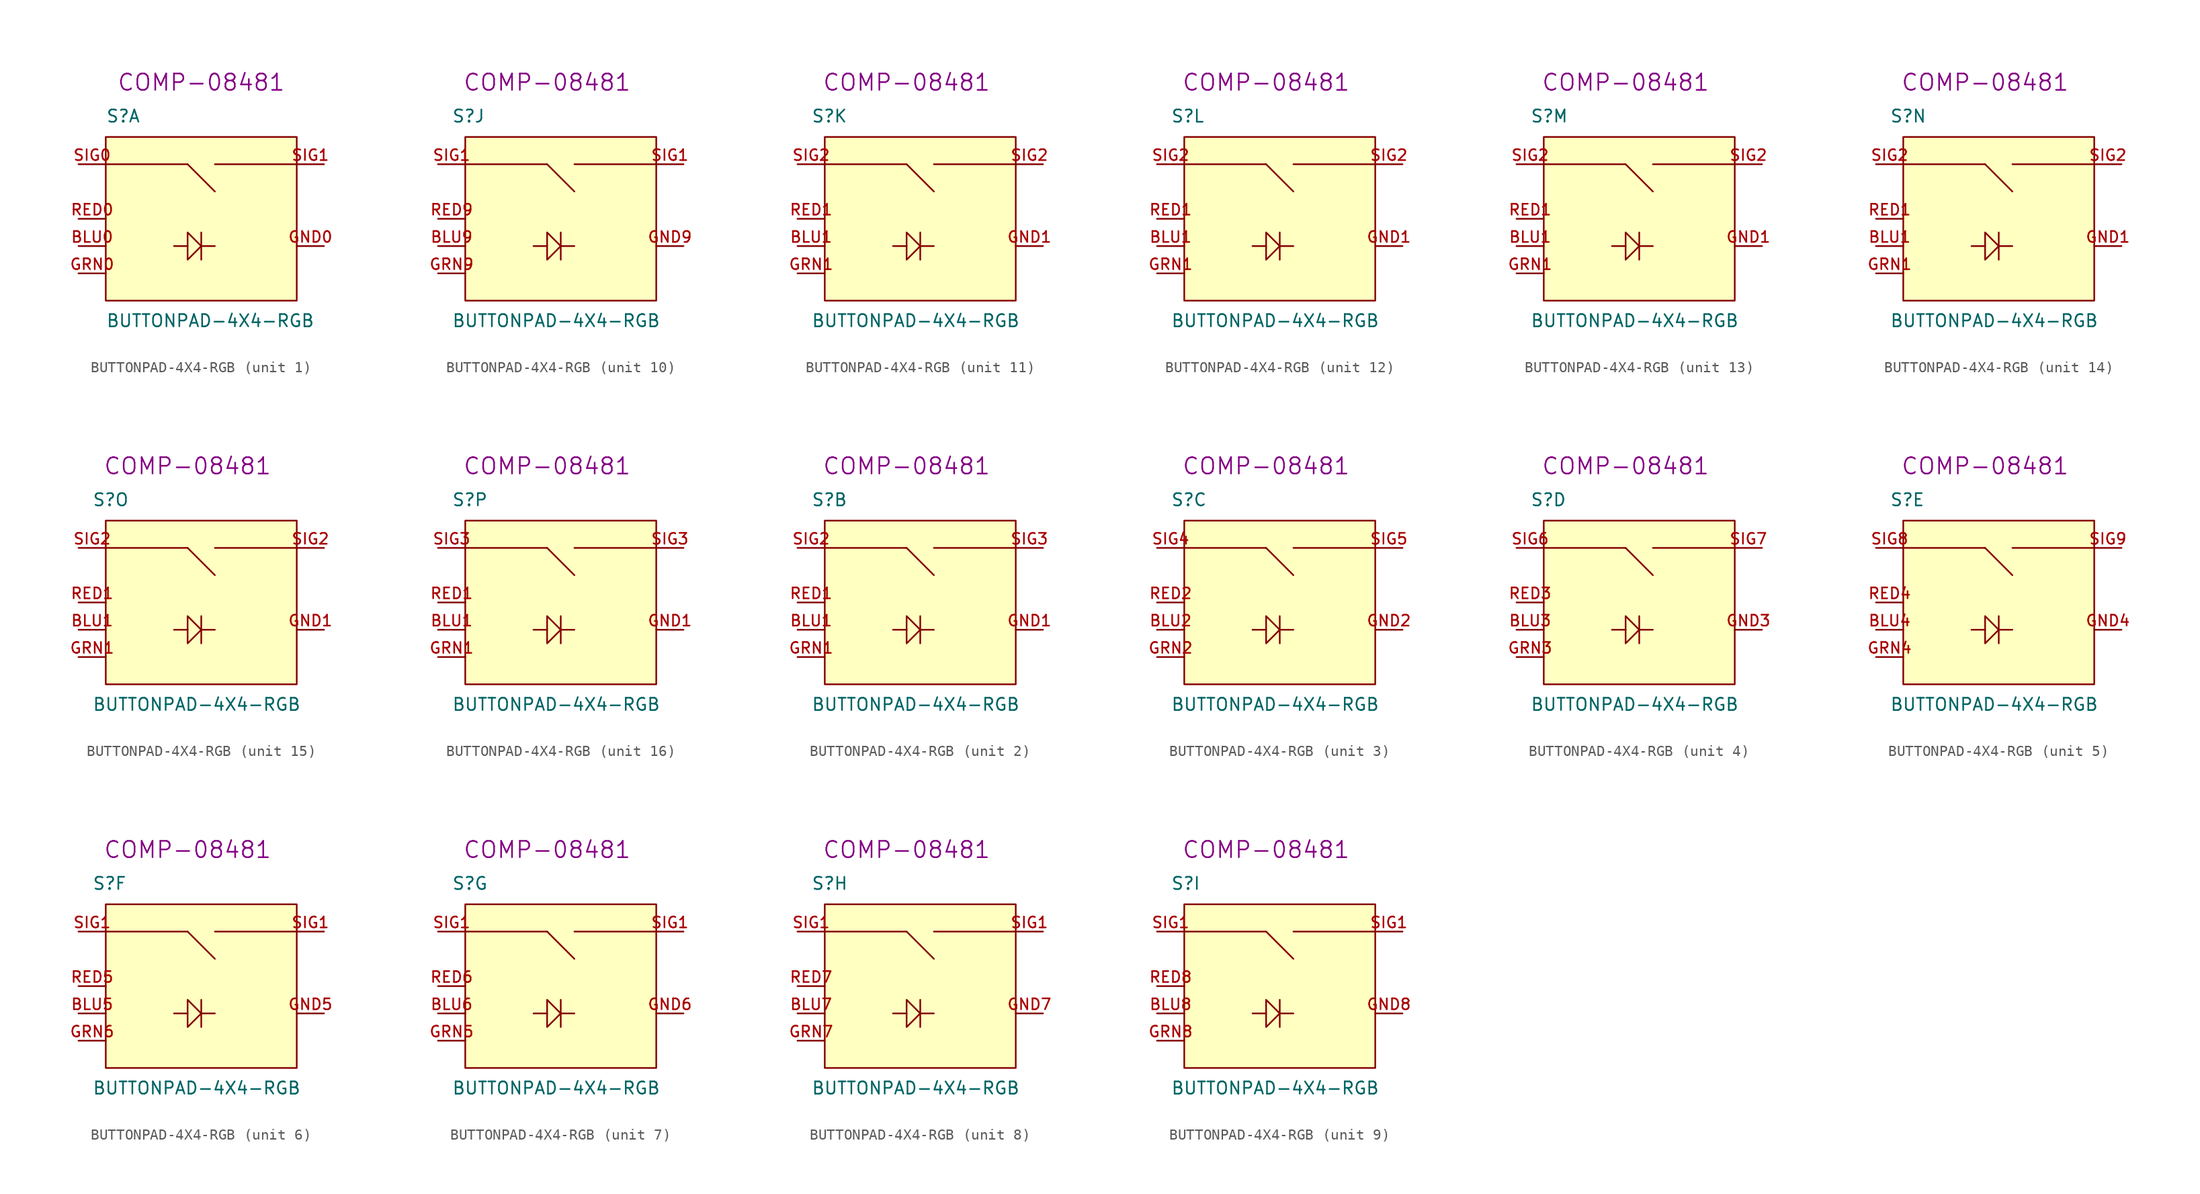
<source format=kicad_sym>
(kicad_symbol_lib
  (version 20220914)
  (generator kicad_symbol_editor)
  (symbol "BUTTONPAD-4X4-RGB"
    (pin_names
      (offset 1.016) hide)
    (property "Reference" "S"
      (at -8.89 8.89 0)
      (effects (font (size 1.143 1.143)) (justify left bottom)))
    (property "Value" "BUTTONPAD-4X4-RGB"
      (at -8.89 -10.16 0)
      (effects (font (size 1.143 1.143)) (justify left bottom)))
    (property "Field4" "COMP-08481"
      (at 0 12.7 0)
      (effects (font (size 1.524 1.524))))
    (property "ki_locked" ""
      (at 0 0 0)
      (effects (font (size 1.27 1.27))))
    (symbol "BUTTONPAD-4X4-RGB_1_0"
      (polyline (pts (xy -8.89 5.08) (xy -1.27 5.08)) (stroke (width 0) (type solid)) (fill (type none)))
      (polyline (pts (xy -1.27 -2.54) (xy -2.54 -2.54)) (stroke (width 0) (type solid)) (fill (type none)))
      (polyline (pts (xy -1.27 5.08) (xy 1.27 2.54)) (stroke (width 0) (type solid)) (fill (type none)))
      (polyline (pts (xy 0 -2.54) (xy 0 -3.81)) (stroke (width 0) (type solid)) (fill (type none)))
      (polyline (pts (xy 0 -2.54) (xy 1.27 -2.54)) (stroke (width 0) (type solid)) (fill (type none)))
      (polyline (pts (xy 0 -1.27) (xy 0 -2.54)) (stroke (width 0) (type solid)) (fill (type none)))
      (polyline (pts (xy 1.27 5.08) (xy 8.89 5.08)) (stroke (width 0) (type solid)) (fill (type none))))
    (symbol "BUTTONPAD-4X4-RGB_1_1"
      (polyline (pts (xy -1.27 -1.27) (xy -1.27 -2.54) (xy -1.27 -3.81) (xy 0 -2.54) (xy -1.27 -1.27)) (stroke (width 0) (type solid)) (fill (type background)))
      (polyline (pts (xy 8.89 7.62) (xy 8.89 5.08) (xy 8.89 -7.62) (xy -8.89 -7.62) (xy -8.89 5.08) (xy -8.89 7.62) (xy 8.89 7.62)) (stroke (width 0) (type solid)) (fill (type background)))
      (pin bidirectional line (at -11.43 -2.54 0) (length 2.54) (name "BLU" (effects (font (size 1.016 1.016)))) (number "BLU0" (effects (font (size 1.016 1.016)))))
      (pin bidirectional line (at 11.43 -2.54 180) (length 2.54) (name "GND" (effects (font (size 1.016 1.016)))) (number "GND0" (effects (font (size 1.016 1.016)))))
      (pin bidirectional line (at -11.43 -5.08 0) (length 2.54) (name "GRN" (effects (font (size 1.016 1.016)))) (number "GRN0" (effects (font (size 1.016 1.016)))))
      (pin bidirectional line (at -11.43 0 0) (length 2.54) (name "RED" (effects (font (size 1.016 1.016)))) (number "RED0" (effects (font (size 1.016 1.016)))))
      (pin bidirectional line (at -11.43 5.08 0) (length 2.54) (name "SIG1" (effects (font (size 1.016 1.016)))) (number "SIG0" (effects (font (size 1.016 1.016)))))
      (pin bidirectional line (at 11.43 5.08 180) (length 2.54) (name "SIG2" (effects (font (size 1.016 1.016)))) (number "SIG1" (effects (font (size 1.016 1.016))))))
    (symbol "BUTTONPAD-4X4-RGB_2_0"
      (polyline (pts (xy -7.62 5.08) (xy 0 5.08)) (stroke (width 0) (type solid)) (fill (type none)))
      (polyline (pts (xy 0 -2.54) (xy -1.27 -2.54)) (stroke (width 0) (type solid)) (fill (type none)))
      (polyline (pts (xy 0 5.08) (xy 2.54 2.54)) (stroke (width 0) (type solid)) (fill (type none)))
      (polyline (pts (xy 1.27 -2.54) (xy 1.27 -3.81)) (stroke (width 0) (type solid)) (fill (type none)))
      (polyline (pts (xy 1.27 -2.54) (xy 2.54 -2.54)) (stroke (width 0) (type solid)) (fill (type none)))
      (polyline (pts (xy 1.27 -1.27) (xy 1.27 -2.54)) (stroke (width 0) (type solid)) (fill (type none)))
      (polyline (pts (xy 2.54 5.08) (xy 10.16 5.08)) (stroke (width 0) (type solid)) (fill (type none))))
    (symbol "BUTTONPAD-4X4-RGB_2_1"
      (polyline (pts (xy 0 -1.27) (xy 0 -2.54) (xy 0 -3.81) (xy 1.27 -2.54) (xy 0 -1.27)) (stroke (width 0) (type solid)) (fill (type background)))
      (polyline (pts (xy 10.16 7.62) (xy 10.16 5.08) (xy 10.16 -7.62) (xy -7.62 -7.62) (xy -7.62 5.08) (xy -7.62 7.62) (xy 10.16 7.62)) (stroke (width 0) (type solid)) (fill (type background)))
      (pin bidirectional line (at -10.16 -2.54 0) (length 2.54) (name "BLU" (effects (font (size 1.016 1.016)))) (number "BLU1" (effects (font (size 1.016 1.016)))))
      (pin bidirectional line (at 12.7 -2.54 180) (length 2.54) (name "GND" (effects (font (size 1.016 1.016)))) (number "GND1" (effects (font (size 1.016 1.016)))))
      (pin bidirectional line (at -10.16 -5.08 0) (length 2.54) (name "GRN" (effects (font (size 1.016 1.016)))) (number "GRN1" (effects (font (size 1.016 1.016)))))
      (pin bidirectional line (at -10.16 0 0) (length 2.54) (name "RED" (effects (font (size 1.016 1.016)))) (number "RED1" (effects (font (size 1.016 1.016)))))
      (pin bidirectional line (at -10.16 5.08 0) (length 2.54) (name "SIG1" (effects (font (size 1.016 1.016)))) (number "SIG2" (effects (font (size 1.016 1.016)))))
      (pin bidirectional line (at 12.7 5.08 180) (length 2.54) (name "SIG2" (effects (font (size 1.016 1.016)))) (number "SIG3" (effects (font (size 1.016 1.016))))))
    (symbol "BUTTONPAD-4X4-RGB_3_0"
      (polyline (pts (xy -7.62 5.08) (xy 0 5.08)) (stroke (width 0) (type solid)) (fill (type none)))
      (polyline (pts (xy 0 -2.54) (xy -1.27 -2.54)) (stroke (width 0) (type solid)) (fill (type none)))
      (polyline (pts (xy 0 5.08) (xy 2.54 2.54)) (stroke (width 0) (type solid)) (fill (type none)))
      (polyline (pts (xy 1.27 -2.54) (xy 1.27 -3.81)) (stroke (width 0) (type solid)) (fill (type none)))
      (polyline (pts (xy 1.27 -2.54) (xy 2.54 -2.54)) (stroke (width 0) (type solid)) (fill (type none)))
      (polyline (pts (xy 1.27 -1.27) (xy 1.27 -2.54)) (stroke (width 0) (type solid)) (fill (type none)))
      (polyline (pts (xy 2.54 5.08) (xy 10.16 5.08)) (stroke (width 0) (type solid)) (fill (type none))))
    (symbol "BUTTONPAD-4X4-RGB_3_1"
      (polyline (pts (xy 0 -1.27) (xy 0 -2.54) (xy 0 -3.81) (xy 1.27 -2.54) (xy 0 -1.27)) (stroke (width 0) (type solid)) (fill (type background)))
      (polyline (pts (xy 10.16 7.62) (xy 10.16 5.08) (xy 10.16 -7.62) (xy -7.62 -7.62) (xy -7.62 5.08) (xy -7.62 7.62) (xy 10.16 7.62)) (stroke (width 0) (type solid)) (fill (type background)))
      (pin bidirectional line (at -10.16 -2.54 0) (length 2.54) (name "BLU" (effects (font (size 1.016 1.016)))) (number "BLU2" (effects (font (size 1.016 1.016)))))
      (pin bidirectional line (at 12.7 -2.54 180) (length 2.54) (name "GND" (effects (font (size 1.016 1.016)))) (number "GND2" (effects (font (size 1.016 1.016)))))
      (pin bidirectional line (at -10.16 -5.08 0) (length 2.54) (name "GRN" (effects (font (size 1.016 1.016)))) (number "GRN2" (effects (font (size 1.016 1.016)))))
      (pin bidirectional line (at -10.16 0 0) (length 2.54) (name "RED" (effects (font (size 1.016 1.016)))) (number "RED2" (effects (font (size 1.016 1.016)))))
      (pin bidirectional line (at -10.16 5.08 0) (length 2.54) (name "SIG1" (effects (font (size 1.016 1.016)))) (number "SIG4" (effects (font (size 1.016 1.016)))))
      (pin bidirectional line (at 12.7 5.08 180) (length 2.54) (name "SIG2" (effects (font (size 1.016 1.016)))) (number "SIG5" (effects (font (size 1.016 1.016))))))
    (symbol "BUTTONPAD-4X4-RGB_4_0"
      (polyline (pts (xy -7.62 5.08) (xy 0 5.08)) (stroke (width 0) (type solid)) (fill (type none)))
      (polyline (pts (xy 0 -2.54) (xy -1.27 -2.54)) (stroke (width 0) (type solid)) (fill (type none)))
      (polyline (pts (xy 0 5.08) (xy 2.54 2.54)) (stroke (width 0) (type solid)) (fill (type none)))
      (polyline (pts (xy 1.27 -2.54) (xy 1.27 -3.81)) (stroke (width 0) (type solid)) (fill (type none)))
      (polyline (pts (xy 1.27 -2.54) (xy 2.54 -2.54)) (stroke (width 0) (type solid)) (fill (type none)))
      (polyline (pts (xy 1.27 -1.27) (xy 1.27 -2.54)) (stroke (width 0) (type solid)) (fill (type none)))
      (polyline (pts (xy 2.54 5.08) (xy 10.16 5.08)) (stroke (width 0) (type solid)) (fill (type none))))
    (symbol "BUTTONPAD-4X4-RGB_4_1"
      (polyline (pts (xy 0 -1.27) (xy 0 -2.54) (xy 0 -3.81) (xy 1.27 -2.54) (xy 0 -1.27)) (stroke (width 0) (type solid)) (fill (type background)))
      (polyline (pts (xy 10.16 7.62) (xy 10.16 5.08) (xy 10.16 -7.62) (xy -7.62 -7.62) (xy -7.62 5.08) (xy -7.62 7.62) (xy 10.16 7.62)) (stroke (width 0) (type solid)) (fill (type background)))
      (pin bidirectional line (at -10.16 -2.54 0) (length 2.54) (name "BLU" (effects (font (size 1.016 1.016)))) (number "BLU3" (effects (font (size 1.016 1.016)))))
      (pin bidirectional line (at 12.7 -2.54 180) (length 2.54) (name "GND" (effects (font (size 1.016 1.016)))) (number "GND3" (effects (font (size 1.016 1.016)))))
      (pin bidirectional line (at -10.16 -5.08 0) (length 2.54) (name "GRN" (effects (font (size 1.016 1.016)))) (number "GRN3" (effects (font (size 1.016 1.016)))))
      (pin bidirectional line (at -10.16 0 0) (length 2.54) (name "RED" (effects (font (size 1.016 1.016)))) (number "RED3" (effects (font (size 1.016 1.016)))))
      (pin bidirectional line (at -10.16 5.08 0) (length 2.54) (name "SIG1" (effects (font (size 1.016 1.016)))) (number "SIG6" (effects (font (size 1.016 1.016)))))
      (pin bidirectional line (at 12.7 5.08 180) (length 2.54) (name "SIG2" (effects (font (size 1.016 1.016)))) (number "SIG7" (effects (font (size 1.016 1.016))))))
    (symbol "BUTTONPAD-4X4-RGB_5_0"
      (polyline (pts (xy -7.62 5.08) (xy 0 5.08)) (stroke (width 0) (type solid)) (fill (type none)))
      (polyline (pts (xy 0 -2.54) (xy -1.27 -2.54)) (stroke (width 0) (type solid)) (fill (type none)))
      (polyline (pts (xy 0 5.08) (xy 2.54 2.54)) (stroke (width 0) (type solid)) (fill (type none)))
      (polyline (pts (xy 1.27 -2.54) (xy 1.27 -3.81)) (stroke (width 0) (type solid)) (fill (type none)))
      (polyline (pts (xy 1.27 -2.54) (xy 2.54 -2.54)) (stroke (width 0) (type solid)) (fill (type none)))
      (polyline (pts (xy 1.27 -1.27) (xy 1.27 -2.54)) (stroke (width 0) (type solid)) (fill (type none)))
      (polyline (pts (xy 2.54 5.08) (xy 10.16 5.08)) (stroke (width 0) (type solid)) (fill (type none))))
    (symbol "BUTTONPAD-4X4-RGB_5_1"
      (polyline (pts (xy 0 -1.27) (xy 0 -2.54) (xy 0 -3.81) (xy 1.27 -2.54) (xy 0 -1.27)) (stroke (width 0) (type solid)) (fill (type background)))
      (polyline (pts (xy 10.16 7.62) (xy 10.16 5.08) (xy 10.16 -7.62) (xy -7.62 -7.62) (xy -7.62 5.08) (xy -7.62 7.62) (xy 10.16 7.62)) (stroke (width 0) (type solid)) (fill (type background)))
      (pin bidirectional line (at -10.16 -2.54 0) (length 2.54) (name "BLU" (effects (font (size 1.016 1.016)))) (number "BLU4" (effects (font (size 1.016 1.016)))))
      (pin bidirectional line (at 12.7 -2.54 180) (length 2.54) (name "GND" (effects (font (size 1.016 1.016)))) (number "GND4" (effects (font (size 1.016 1.016)))))
      (pin bidirectional line (at -10.16 -5.08 0) (length 2.54) (name "GRN" (effects (font (size 1.016 1.016)))) (number "GRN4" (effects (font (size 1.016 1.016)))))
      (pin bidirectional line (at -10.16 0 0) (length 2.54) (name "RED" (effects (font (size 1.016 1.016)))) (number "RED4" (effects (font (size 1.016 1.016)))))
      (pin bidirectional line (at -10.16 5.08 0) (length 2.54) (name "SIG1" (effects (font (size 1.016 1.016)))) (number "SIG8" (effects (font (size 1.016 1.016)))))
      (pin bidirectional line (at 12.7 5.08 180) (length 2.54) (name "SIG2" (effects (font (size 1.016 1.016)))) (number "SIG9" (effects (font (size 1.016 1.016))))))
    (symbol "BUTTONPAD-4X4-RGB_6_0"
      (polyline (pts (xy -7.62 5.08) (xy 0 5.08)) (stroke (width 0) (type solid)) (fill (type none)))
      (polyline (pts (xy 0 -2.54) (xy -1.27 -2.54)) (stroke (width 0) (type solid)) (fill (type none)))
      (polyline (pts (xy 0 5.08) (xy 2.54 2.54)) (stroke (width 0) (type solid)) (fill (type none)))
      (polyline (pts (xy 1.27 -2.54) (xy 1.27 -3.81)) (stroke (width 0) (type solid)) (fill (type none)))
      (polyline (pts (xy 1.27 -2.54) (xy 2.54 -2.54)) (stroke (width 0) (type solid)) (fill (type none)))
      (polyline (pts (xy 1.27 -1.27) (xy 1.27 -2.54)) (stroke (width 0) (type solid)) (fill (type none)))
      (polyline (pts (xy 2.54 5.08) (xy 10.16 5.08)) (stroke (width 0) (type solid)) (fill (type none))))
    (symbol "BUTTONPAD-4X4-RGB_6_1"
      (polyline (pts (xy 0 -1.27) (xy 0 -2.54) (xy 0 -3.81) (xy 1.27 -2.54) (xy 0 -1.27)) (stroke (width 0) (type solid)) (fill (type background)))
      (polyline (pts (xy 10.16 7.62) (xy 10.16 5.08) (xy 10.16 -7.62) (xy -7.62 -7.62) (xy -7.62 5.08) (xy -7.62 7.62) (xy 10.16 7.62)) (stroke (width 0) (type solid)) (fill (type background)))
      (pin bidirectional line (at -10.16 -2.54 0) (length 2.54) (name "BLU" (effects (font (size 1.016 1.016)))) (number "BLU5" (effects (font (size 1.016 1.016)))))
      (pin bidirectional line (at 12.7 -2.54 180) (length 2.54) (name "GND" (effects (font (size 1.016 1.016)))) (number "GND5" (effects (font (size 1.016 1.016)))))
      (pin bidirectional line (at -10.16 -5.08 0) (length 2.54) (name "GRN" (effects (font (size 1.016 1.016)))) (number "GRN6" (effects (font (size 1.016 1.016)))))
      (pin bidirectional line (at -10.16 0 0) (length 2.54) (name "RED" (effects (font (size 1.016 1.016)))) (number "RED5" (effects (font (size 1.016 1.016)))))
      (pin bidirectional line (at -10.16 5.08 0) (length 2.54) (name "SIG1" (effects (font (size 1.016 1.016)))) (number "SIG1" (effects (font (size 1.016 1.016)))))
      (pin bidirectional line (at 12.7 5.08 180) (length 2.54) (name "SIG2" (effects (font (size 1.016 1.016)))) (number "SIG1" (effects (font (size 1.016 1.016))))))
    (symbol "BUTTONPAD-4X4-RGB_7_0"
      (polyline (pts (xy -7.62 5.08) (xy 0 5.08)) (stroke (width 0) (type solid)) (fill (type none)))
      (polyline (pts (xy 0 -2.54) (xy -1.27 -2.54)) (stroke (width 0) (type solid)) (fill (type none)))
      (polyline (pts (xy 0 5.08) (xy 2.54 2.54)) (stroke (width 0) (type solid)) (fill (type none)))
      (polyline (pts (xy 1.27 -2.54) (xy 1.27 -3.81)) (stroke (width 0) (type solid)) (fill (type none)))
      (polyline (pts (xy 1.27 -2.54) (xy 2.54 -2.54)) (stroke (width 0) (type solid)) (fill (type none)))
      (polyline (pts (xy 1.27 -1.27) (xy 1.27 -2.54)) (stroke (width 0) (type solid)) (fill (type none)))
      (polyline (pts (xy 2.54 5.08) (xy 10.16 5.08)) (stroke (width 0) (type solid)) (fill (type none))))
    (symbol "BUTTONPAD-4X4-RGB_7_1"
      (polyline (pts (xy 0 -1.27) (xy 0 -2.54) (xy 0 -3.81) (xy 1.27 -2.54) (xy 0 -1.27)) (stroke (width 0) (type solid)) (fill (type background)))
      (polyline (pts (xy 10.16 7.62) (xy 10.16 5.08) (xy 10.16 -7.62) (xy -7.62 -7.62) (xy -7.62 5.08) (xy -7.62 7.62) (xy 10.16 7.62)) (stroke (width 0) (type solid)) (fill (type background)))
      (pin bidirectional line (at -10.16 -2.54 0) (length 2.54) (name "BLU" (effects (font (size 1.016 1.016)))) (number "BLU6" (effects (font (size 1.016 1.016)))))
      (pin bidirectional line (at 12.7 -2.54 180) (length 2.54) (name "GND" (effects (font (size 1.016 1.016)))) (number "GND6" (effects (font (size 1.016 1.016)))))
      (pin bidirectional line (at -10.16 -5.08 0) (length 2.54) (name "GRN" (effects (font (size 1.016 1.016)))) (number "GRN5" (effects (font (size 1.016 1.016)))))
      (pin bidirectional line (at -10.16 0 0) (length 2.54) (name "RED" (effects (font (size 1.016 1.016)))) (number "RED6" (effects (font (size 1.016 1.016)))))
      (pin bidirectional line (at -10.16 5.08 0) (length 2.54) (name "SIG1" (effects (font (size 1.016 1.016)))) (number "SIG1" (effects (font (size 1.016 1.016)))))
      (pin bidirectional line (at 12.7 5.08 180) (length 2.54) (name "SIG2" (effects (font (size 1.016 1.016)))) (number "SIG1" (effects (font (size 1.016 1.016))))))
    (symbol "BUTTONPAD-4X4-RGB_8_0"
      (polyline (pts (xy -7.62 5.08) (xy 0 5.08)) (stroke (width 0) (type solid)) (fill (type none)))
      (polyline (pts (xy 0 -2.54) (xy -1.27 -2.54)) (stroke (width 0) (type solid)) (fill (type none)))
      (polyline (pts (xy 0 5.08) (xy 2.54 2.54)) (stroke (width 0) (type solid)) (fill (type none)))
      (polyline (pts (xy 1.27 -2.54) (xy 1.27 -3.81)) (stroke (width 0) (type solid)) (fill (type none)))
      (polyline (pts (xy 1.27 -2.54) (xy 2.54 -2.54)) (stroke (width 0) (type solid)) (fill (type none)))
      (polyline (pts (xy 1.27 -1.27) (xy 1.27 -2.54)) (stroke (width 0) (type solid)) (fill (type none)))
      (polyline (pts (xy 2.54 5.08) (xy 10.16 5.08)) (stroke (width 0) (type solid)) (fill (type none))))
    (symbol "BUTTONPAD-4X4-RGB_8_1"
      (polyline (pts (xy 0 -1.27) (xy 0 -2.54) (xy 0 -3.81) (xy 1.27 -2.54) (xy 0 -1.27)) (stroke (width 0) (type solid)) (fill (type background)))
      (polyline (pts (xy 10.16 7.62) (xy 10.16 5.08) (xy 10.16 -7.62) (xy -7.62 -7.62) (xy -7.62 5.08) (xy -7.62 7.62) (xy 10.16 7.62)) (stroke (width 0) (type solid)) (fill (type background)))
      (pin bidirectional line (at -10.16 -2.54 0) (length 2.54) (name "BLU" (effects (font (size 1.016 1.016)))) (number "BLU7" (effects (font (size 1.016 1.016)))))
      (pin bidirectional line (at 12.7 -2.54 180) (length 2.54) (name "GND" (effects (font (size 1.016 1.016)))) (number "GND7" (effects (font (size 1.016 1.016)))))
      (pin bidirectional line (at -10.16 -5.08 0) (length 2.54) (name "GRN" (effects (font (size 1.016 1.016)))) (number "GRN7" (effects (font (size 1.016 1.016)))))
      (pin bidirectional line (at -10.16 0 0) (length 2.54) (name "RED" (effects (font (size 1.016 1.016)))) (number "RED7" (effects (font (size 1.016 1.016)))))
      (pin bidirectional line (at -10.16 5.08 0) (length 2.54) (name "SIG1" (effects (font (size 1.016 1.016)))) (number "SIG1" (effects (font (size 1.016 1.016)))))
      (pin bidirectional line (at 12.7 5.08 180) (length 2.54) (name "SIG2" (effects (font (size 1.016 1.016)))) (number "SIG1" (effects (font (size 1.016 1.016))))))
    (symbol "BUTTONPAD-4X4-RGB_9_0"
      (polyline (pts (xy -7.62 5.08) (xy 0 5.08)) (stroke (width 0) (type solid)) (fill (type none)))
      (polyline (pts (xy 0 -2.54) (xy -1.27 -2.54)) (stroke (width 0) (type solid)) (fill (type none)))
      (polyline (pts (xy 0 5.08) (xy 2.54 2.54)) (stroke (width 0) (type solid)) (fill (type none)))
      (polyline (pts (xy 1.27 -2.54) (xy 1.27 -3.81)) (stroke (width 0) (type solid)) (fill (type none)))
      (polyline (pts (xy 1.27 -2.54) (xy 2.54 -2.54)) (stroke (width 0) (type solid)) (fill (type none)))
      (polyline (pts (xy 1.27 -1.27) (xy 1.27 -2.54)) (stroke (width 0) (type solid)) (fill (type none)))
      (polyline (pts (xy 2.54 5.08) (xy 10.16 5.08)) (stroke (width 0) (type solid)) (fill (type none))))
    (symbol "BUTTONPAD-4X4-RGB_9_1"
      (polyline (pts (xy 0 -1.27) (xy 0 -2.54) (xy 0 -3.81) (xy 1.27 -2.54) (xy 0 -1.27)) (stroke (width 0) (type solid)) (fill (type background)))
      (polyline (pts (xy 10.16 7.62) (xy 10.16 5.08) (xy 10.16 -7.62) (xy -7.62 -7.62) (xy -7.62 5.08) (xy -7.62 7.62) (xy 10.16 7.62)) (stroke (width 0) (type solid)) (fill (type background)))
      (pin bidirectional line (at -10.16 -2.54 0) (length 2.54) (name "BLU" (effects (font (size 1.016 1.016)))) (number "BLU8" (effects (font (size 1.016 1.016)))))
      (pin bidirectional line (at 12.7 -2.54 180) (length 2.54) (name "GND" (effects (font (size 1.016 1.016)))) (number "GND8" (effects (font (size 1.016 1.016)))))
      (pin bidirectional line (at -10.16 -5.08 0) (length 2.54) (name "GRN" (effects (font (size 1.016 1.016)))) (number "GRN8" (effects (font (size 1.016 1.016)))))
      (pin bidirectional line (at -10.16 0 0) (length 2.54) (name "RED" (effects (font (size 1.016 1.016)))) (number "RED8" (effects (font (size 1.016 1.016)))))
      (pin bidirectional line (at -10.16 5.08 0) (length 2.54) (name "SIG1" (effects (font (size 1.016 1.016)))) (number "SIG1" (effects (font (size 1.016 1.016)))))
      (pin bidirectional line (at 12.7 5.08 180) (length 2.54) (name "SIG2" (effects (font (size 1.016 1.016)))) (number "SIG1" (effects (font (size 1.016 1.016))))))
    (symbol "BUTTONPAD-4X4-RGB_10_0"
      (polyline (pts (xy -7.62 5.08) (xy 0 5.08)) (stroke (width 0) (type solid)) (fill (type none)))
      (polyline (pts (xy 0 -2.54) (xy -1.27 -2.54)) (stroke (width 0) (type solid)) (fill (type none)))
      (polyline (pts (xy 0 5.08) (xy 2.54 2.54)) (stroke (width 0) (type solid)) (fill (type none)))
      (polyline (pts (xy 1.27 -2.54) (xy 1.27 -3.81)) (stroke (width 0) (type solid)) (fill (type none)))
      (polyline (pts (xy 1.27 -2.54) (xy 2.54 -2.54)) (stroke (width 0) (type solid)) (fill (type none)))
      (polyline (pts (xy 1.27 -1.27) (xy 1.27 -2.54)) (stroke (width 0) (type solid)) (fill (type none)))
      (polyline (pts (xy 2.54 5.08) (xy 10.16 5.08)) (stroke (width 0) (type solid)) (fill (type none))))
    (symbol "BUTTONPAD-4X4-RGB_10_1"
      (polyline (pts (xy 0 -1.27) (xy 0 -2.54) (xy 0 -3.81) (xy 1.27 -2.54) (xy 0 -1.27)) (stroke (width 0) (type solid)) (fill (type background)))
      (polyline (pts (xy 10.16 7.62) (xy 10.16 5.08) (xy 10.16 -7.62) (xy -7.62 -7.62) (xy -7.62 5.08) (xy -7.62 7.62) (xy 10.16 7.62)) (stroke (width 0) (type solid)) (fill (type background)))
      (pin bidirectional line (at -10.16 -2.54 0) (length 2.54) (name "BLU" (effects (font (size 1.016 1.016)))) (number "BLU9" (effects (font (size 1.016 1.016)))))
      (pin bidirectional line (at 12.7 -2.54 180) (length 2.54) (name "GND" (effects (font (size 1.016 1.016)))) (number "GND9" (effects (font (size 1.016 1.016)))))
      (pin bidirectional line (at -10.16 -5.08 0) (length 2.54) (name "GRN" (effects (font (size 1.016 1.016)))) (number "GRN9" (effects (font (size 1.016 1.016)))))
      (pin bidirectional line (at -10.16 0 0) (length 2.54) (name "RED" (effects (font (size 1.016 1.016)))) (number "RED9" (effects (font (size 1.016 1.016)))))
      (pin bidirectional line (at -10.16 5.08 0) (length 2.54) (name "SIG1" (effects (font (size 1.016 1.016)))) (number "SIG1" (effects (font (size 1.016 1.016)))))
      (pin bidirectional line (at 12.7 5.08 180) (length 2.54) (name "SIG2" (effects (font (size 1.016 1.016)))) (number "SIG1" (effects (font (size 1.016 1.016))))))
    (symbol "BUTTONPAD-4X4-RGB_11_0"
      (polyline (pts (xy -7.62 5.08) (xy 0 5.08)) (stroke (width 0) (type solid)) (fill (type none)))
      (polyline (pts (xy 0 -2.54) (xy -1.27 -2.54)) (stroke (width 0) (type solid)) (fill (type none)))
      (polyline (pts (xy 0 5.08) (xy 2.54 2.54)) (stroke (width 0) (type solid)) (fill (type none)))
      (polyline (pts (xy 1.27 -2.54) (xy 1.27 -3.81)) (stroke (width 0) (type solid)) (fill (type none)))
      (polyline (pts (xy 1.27 -2.54) (xy 2.54 -2.54)) (stroke (width 0) (type solid)) (fill (type none)))
      (polyline (pts (xy 1.27 -1.27) (xy 1.27 -2.54)) (stroke (width 0) (type solid)) (fill (type none)))
      (polyline (pts (xy 2.54 5.08) (xy 10.16 5.08)) (stroke (width 0) (type solid)) (fill (type none))))
    (symbol "BUTTONPAD-4X4-RGB_11_1"
      (polyline (pts (xy 0 -1.27) (xy 0 -2.54) (xy 0 -3.81) (xy 1.27 -2.54) (xy 0 -1.27)) (stroke (width 0) (type solid)) (fill (type background)))
      (polyline (pts (xy 10.16 7.62) (xy 10.16 5.08) (xy 10.16 -7.62) (xy -7.62 -7.62) (xy -7.62 5.08) (xy -7.62 7.62) (xy 10.16 7.62)) (stroke (width 0) (type solid)) (fill (type background)))
      (pin bidirectional line (at -10.16 -2.54 0) (length 2.54) (name "BLU" (effects (font (size 1.016 1.016)))) (number "BLU1" (effects (font (size 1.016 1.016)))))
      (pin bidirectional line (at 12.7 -2.54 180) (length 2.54) (name "GND" (effects (font (size 1.016 1.016)))) (number "GND1" (effects (font (size 1.016 1.016)))))
      (pin bidirectional line (at -10.16 -5.08 0) (length 2.54) (name "GRN" (effects (font (size 1.016 1.016)))) (number "GRN1" (effects (font (size 1.016 1.016)))))
      (pin bidirectional line (at -10.16 0 0) (length 2.54) (name "RED" (effects (font (size 1.016 1.016)))) (number "RED1" (effects (font (size 1.016 1.016)))))
      (pin bidirectional line (at -10.16 5.08 0) (length 2.54) (name "SIG1" (effects (font (size 1.016 1.016)))) (number "SIG2" (effects (font (size 1.016 1.016)))))
      (pin bidirectional line (at 12.7 5.08 180) (length 2.54) (name "SIG2" (effects (font (size 1.016 1.016)))) (number "SIG2" (effects (font (size 1.016 1.016))))))
    (symbol "BUTTONPAD-4X4-RGB_12_0"
      (polyline (pts (xy -7.62 5.08) (xy 0 5.08)) (stroke (width 0) (type solid)) (fill (type none)))
      (polyline (pts (xy 0 -2.54) (xy -1.27 -2.54)) (stroke (width 0) (type solid)) (fill (type none)))
      (polyline (pts (xy 0 5.08) (xy 2.54 2.54)) (stroke (width 0) (type solid)) (fill (type none)))
      (polyline (pts (xy 1.27 -2.54) (xy 1.27 -3.81)) (stroke (width 0) (type solid)) (fill (type none)))
      (polyline (pts (xy 1.27 -2.54) (xy 2.54 -2.54)) (stroke (width 0) (type solid)) (fill (type none)))
      (polyline (pts (xy 1.27 -1.27) (xy 1.27 -2.54)) (stroke (width 0) (type solid)) (fill (type none)))
      (polyline (pts (xy 2.54 5.08) (xy 10.16 5.08)) (stroke (width 0) (type solid)) (fill (type none))))
    (symbol "BUTTONPAD-4X4-RGB_12_1"
      (polyline (pts (xy 0 -1.27) (xy 0 -2.54) (xy 0 -3.81) (xy 1.27 -2.54) (xy 0 -1.27)) (stroke (width 0) (type solid)) (fill (type background)))
      (polyline (pts (xy 10.16 7.62) (xy 10.16 5.08) (xy 10.16 -7.62) (xy -7.62 -7.62) (xy -7.62 5.08) (xy -7.62 7.62) (xy 10.16 7.62)) (stroke (width 0) (type solid)) (fill (type background)))
      (pin bidirectional line (at -10.16 -2.54 0) (length 2.54) (name "BLU" (effects (font (size 1.016 1.016)))) (number "BLU1" (effects (font (size 1.016 1.016)))))
      (pin bidirectional line (at 12.7 -2.54 180) (length 2.54) (name "GND" (effects (font (size 1.016 1.016)))) (number "GND1" (effects (font (size 1.016 1.016)))))
      (pin bidirectional line (at -10.16 -5.08 0) (length 2.54) (name "GRN" (effects (font (size 1.016 1.016)))) (number "GRN1" (effects (font (size 1.016 1.016)))))
      (pin bidirectional line (at -10.16 0 0) (length 2.54) (name "RED" (effects (font (size 1.016 1.016)))) (number "RED1" (effects (font (size 1.016 1.016)))))
      (pin bidirectional line (at -10.16 5.08 0) (length 2.54) (name "SIG1" (effects (font (size 1.016 1.016)))) (number "SIG2" (effects (font (size 1.016 1.016)))))
      (pin bidirectional line (at 12.7 5.08 180) (length 2.54) (name "SIG2" (effects (font (size 1.016 1.016)))) (number "SIG2" (effects (font (size 1.016 1.016))))))
    (symbol "BUTTONPAD-4X4-RGB_13_0"
      (polyline (pts (xy -7.62 5.08) (xy 0 5.08)) (stroke (width 0) (type solid)) (fill (type none)))
      (polyline (pts (xy 0 -2.54) (xy -1.27 -2.54)) (stroke (width 0) (type solid)) (fill (type none)))
      (polyline (pts (xy 0 5.08) (xy 2.54 2.54)) (stroke (width 0) (type solid)) (fill (type none)))
      (polyline (pts (xy 1.27 -2.54) (xy 1.27 -3.81)) (stroke (width 0) (type solid)) (fill (type none)))
      (polyline (pts (xy 1.27 -2.54) (xy 2.54 -2.54)) (stroke (width 0) (type solid)) (fill (type none)))
      (polyline (pts (xy 1.27 -1.27) (xy 1.27 -2.54)) (stroke (width 0) (type solid)) (fill (type none)))
      (polyline (pts (xy 2.54 5.08) (xy 10.16 5.08)) (stroke (width 0) (type solid)) (fill (type none))))
    (symbol "BUTTONPAD-4X4-RGB_13_1"
      (polyline (pts (xy 0 -1.27) (xy 0 -2.54) (xy 0 -3.81) (xy 1.27 -2.54) (xy 0 -1.27)) (stroke (width 0) (type solid)) (fill (type background)))
      (polyline (pts (xy 10.16 7.62) (xy 10.16 5.08) (xy 10.16 -7.62) (xy -7.62 -7.62) (xy -7.62 5.08) (xy -7.62 7.62) (xy 10.16 7.62)) (stroke (width 0) (type solid)) (fill (type background)))
      (pin bidirectional line (at -10.16 -2.54 0) (length 2.54) (name "BLU" (effects (font (size 1.016 1.016)))) (number "BLU1" (effects (font (size 1.016 1.016)))))
      (pin bidirectional line (at 12.7 -2.54 180) (length 2.54) (name "GND" (effects (font (size 1.016 1.016)))) (number "GND1" (effects (font (size 1.016 1.016)))))
      (pin bidirectional line (at -10.16 -5.08 0) (length 2.54) (name "GRN" (effects (font (size 1.016 1.016)))) (number "GRN1" (effects (font (size 1.016 1.016)))))
      (pin bidirectional line (at -10.16 0 0) (length 2.54) (name "RED" (effects (font (size 1.016 1.016)))) (number "RED1" (effects (font (size 1.016 1.016)))))
      (pin bidirectional line (at -10.16 5.08 0) (length 2.54) (name "SIG1" (effects (font (size 1.016 1.016)))) (number "SIG2" (effects (font (size 1.016 1.016)))))
      (pin bidirectional line (at 12.7 5.08 180) (length 2.54) (name "SIG2" (effects (font (size 1.016 1.016)))) (number "SIG2" (effects (font (size 1.016 1.016))))))
    (symbol "BUTTONPAD-4X4-RGB_14_0"
      (polyline (pts (xy -7.62 5.08) (xy 0 5.08)) (stroke (width 0) (type solid)) (fill (type none)))
      (polyline (pts (xy 0 -2.54) (xy -1.27 -2.54)) (stroke (width 0) (type solid)) (fill (type none)))
      (polyline (pts (xy 0 5.08) (xy 2.54 2.54)) (stroke (width 0) (type solid)) (fill (type none)))
      (polyline (pts (xy 1.27 -2.54) (xy 1.27 -3.81)) (stroke (width 0) (type solid)) (fill (type none)))
      (polyline (pts (xy 1.27 -2.54) (xy 2.54 -2.54)) (stroke (width 0) (type solid)) (fill (type none)))
      (polyline (pts (xy 1.27 -1.27) (xy 1.27 -2.54)) (stroke (width 0) (type solid)) (fill (type none)))
      (polyline (pts (xy 2.54 5.08) (xy 10.16 5.08)) (stroke (width 0) (type solid)) (fill (type none))))
    (symbol "BUTTONPAD-4X4-RGB_14_1"
      (polyline (pts (xy 0 -1.27) (xy 0 -2.54) (xy 0 -3.81) (xy 1.27 -2.54) (xy 0 -1.27)) (stroke (width 0) (type solid)) (fill (type background)))
      (polyline (pts (xy 10.16 7.62) (xy 10.16 5.08) (xy 10.16 -7.62) (xy -7.62 -7.62) (xy -7.62 5.08) (xy -7.62 7.62) (xy 10.16 7.62)) (stroke (width 0) (type solid)) (fill (type background)))
      (pin bidirectional line (at -10.16 -2.54 0) (length 2.54) (name "BLU" (effects (font (size 1.016 1.016)))) (number "BLU1" (effects (font (size 1.016 1.016)))))
      (pin bidirectional line (at 12.7 -2.54 180) (length 2.54) (name "GND" (effects (font (size 1.016 1.016)))) (number "GND1" (effects (font (size 1.016 1.016)))))
      (pin bidirectional line (at -10.16 -5.08 0) (length 2.54) (name "GRN" (effects (font (size 1.016 1.016)))) (number "GRN1" (effects (font (size 1.016 1.016)))))
      (pin bidirectional line (at -10.16 0 0) (length 2.54) (name "RED" (effects (font (size 1.016 1.016)))) (number "RED1" (effects (font (size 1.016 1.016)))))
      (pin bidirectional line (at -10.16 5.08 0) (length 2.54) (name "SIG1" (effects (font (size 1.016 1.016)))) (number "SIG2" (effects (font (size 1.016 1.016)))))
      (pin bidirectional line (at 12.7 5.08 180) (length 2.54) (name "SIG2" (effects (font (size 1.016 1.016)))) (number "SIG2" (effects (font (size 1.016 1.016))))))
    (symbol "BUTTONPAD-4X4-RGB_15_0"
      (polyline (pts (xy -7.62 5.08) (xy 0 5.08)) (stroke (width 0) (type solid)) (fill (type none)))
      (polyline (pts (xy 0 -2.54) (xy -1.27 -2.54)) (stroke (width 0) (type solid)) (fill (type none)))
      (polyline (pts (xy 0 5.08) (xy 2.54 2.54)) (stroke (width 0) (type solid)) (fill (type none)))
      (polyline (pts (xy 1.27 -2.54) (xy 1.27 -3.81)) (stroke (width 0) (type solid)) (fill (type none)))
      (polyline (pts (xy 1.27 -2.54) (xy 2.54 -2.54)) (stroke (width 0) (type solid)) (fill (type none)))
      (polyline (pts (xy 1.27 -1.27) (xy 1.27 -2.54)) (stroke (width 0) (type solid)) (fill (type none)))
      (polyline (pts (xy 2.54 5.08) (xy 10.16 5.08)) (stroke (width 0) (type solid)) (fill (type none))))
    (symbol "BUTTONPAD-4X4-RGB_15_1"
      (polyline (pts (xy 0 -1.27) (xy 0 -2.54) (xy 0 -3.81) (xy 1.27 -2.54) (xy 0 -1.27)) (stroke (width 0) (type solid)) (fill (type background)))
      (polyline (pts (xy 10.16 7.62) (xy 10.16 5.08) (xy 10.16 -7.62) (xy -7.62 -7.62) (xy -7.62 5.08) (xy -7.62 7.62) (xy 10.16 7.62)) (stroke (width 0) (type solid)) (fill (type background)))
      (pin bidirectional line (at -10.16 -2.54 0) (length 2.54) (name "BLU" (effects (font (size 1.016 1.016)))) (number "BLU1" (effects (font (size 1.016 1.016)))))
      (pin bidirectional line (at 12.7 -2.54 180) (length 2.54) (name "GND" (effects (font (size 1.016 1.016)))) (number "GND1" (effects (font (size 1.016 1.016)))))
      (pin bidirectional line (at -10.16 -5.08 0) (length 2.54) (name "GRN" (effects (font (size 1.016 1.016)))) (number "GRN1" (effects (font (size 1.016 1.016)))))
      (pin bidirectional line (at -10.16 0 0) (length 2.54) (name "RED" (effects (font (size 1.016 1.016)))) (number "RED1" (effects (font (size 1.016 1.016)))))
      (pin bidirectional line (at -10.16 5.08 0) (length 2.54) (name "SIG1" (effects (font (size 1.016 1.016)))) (number "SIG2" (effects (font (size 1.016 1.016)))))
      (pin bidirectional line (at 12.7 5.08 180) (length 2.54) (name "SIG2" (effects (font (size 1.016 1.016)))) (number "SIG2" (effects (font (size 1.016 1.016))))))
    (symbol "BUTTONPAD-4X4-RGB_16_0"
      (polyline (pts (xy -7.62 5.08) (xy 0 5.08)) (stroke (width 0) (type solid)) (fill (type none)))
      (polyline (pts (xy 0 -2.54) (xy -1.27 -2.54)) (stroke (width 0) (type solid)) (fill (type none)))
      (polyline (pts (xy 0 5.08) (xy 2.54 2.54)) (stroke (width 0) (type solid)) (fill (type none)))
      (polyline (pts (xy 1.27 -2.54) (xy 1.27 -3.81)) (stroke (width 0) (type solid)) (fill (type none)))
      (polyline (pts (xy 1.27 -2.54) (xy 2.54 -2.54)) (stroke (width 0) (type solid)) (fill (type none)))
      (polyline (pts (xy 1.27 -1.27) (xy 1.27 -2.54)) (stroke (width 0) (type solid)) (fill (type none)))
      (polyline (pts (xy 2.54 5.08) (xy 10.16 5.08)) (stroke (width 0) (type solid)) (fill (type none))))
    (symbol "BUTTONPAD-4X4-RGB_16_1"
      (polyline (pts (xy 0 -1.27) (xy 0 -2.54) (xy 0 -3.81) (xy 1.27 -2.54) (xy 0 -1.27)) (stroke (width 0) (type solid)) (fill (type background)))
      (polyline (pts (xy 10.16 7.62) (xy 10.16 5.08) (xy 10.16 -7.62) (xy -7.62 -7.62) (xy -7.62 5.08) (xy -7.62 7.62) (xy 10.16 7.62)) (stroke (width 0) (type solid)) (fill (type background)))
      (pin bidirectional line (at -10.16 -2.54 0) (length 2.54) (name "BLU" (effects (font (size 1.016 1.016)))) (number "BLU1" (effects (font (size 1.016 1.016)))))
      (pin bidirectional line (at 12.7 -2.54 180) (length 2.54) (name "GND" (effects (font (size 1.016 1.016)))) (number "GND1" (effects (font (size 1.016 1.016)))))
      (pin bidirectional line (at -10.16 -5.08 0) (length 2.54) (name "GRN" (effects (font (size 1.016 1.016)))) (number "GRN1" (effects (font (size 1.016 1.016)))))
      (pin bidirectional line (at -10.16 0 0) (length 2.54) (name "RED" (effects (font (size 1.016 1.016)))) (number "RED1" (effects (font (size 1.016 1.016)))))
      (pin bidirectional line (at -10.16 5.08 0) (length 2.54) (name "SIG1" (effects (font (size 1.016 1.016)))) (number "SIG3" (effects (font (size 1.016 1.016)))))
      (pin bidirectional line (at 12.7 5.08 180) (length 2.54) (name "SIG2" (effects (font (size 1.016 1.016)))) (number "SIG3" (effects (font (size 1.016 1.016))))))))
</source>
